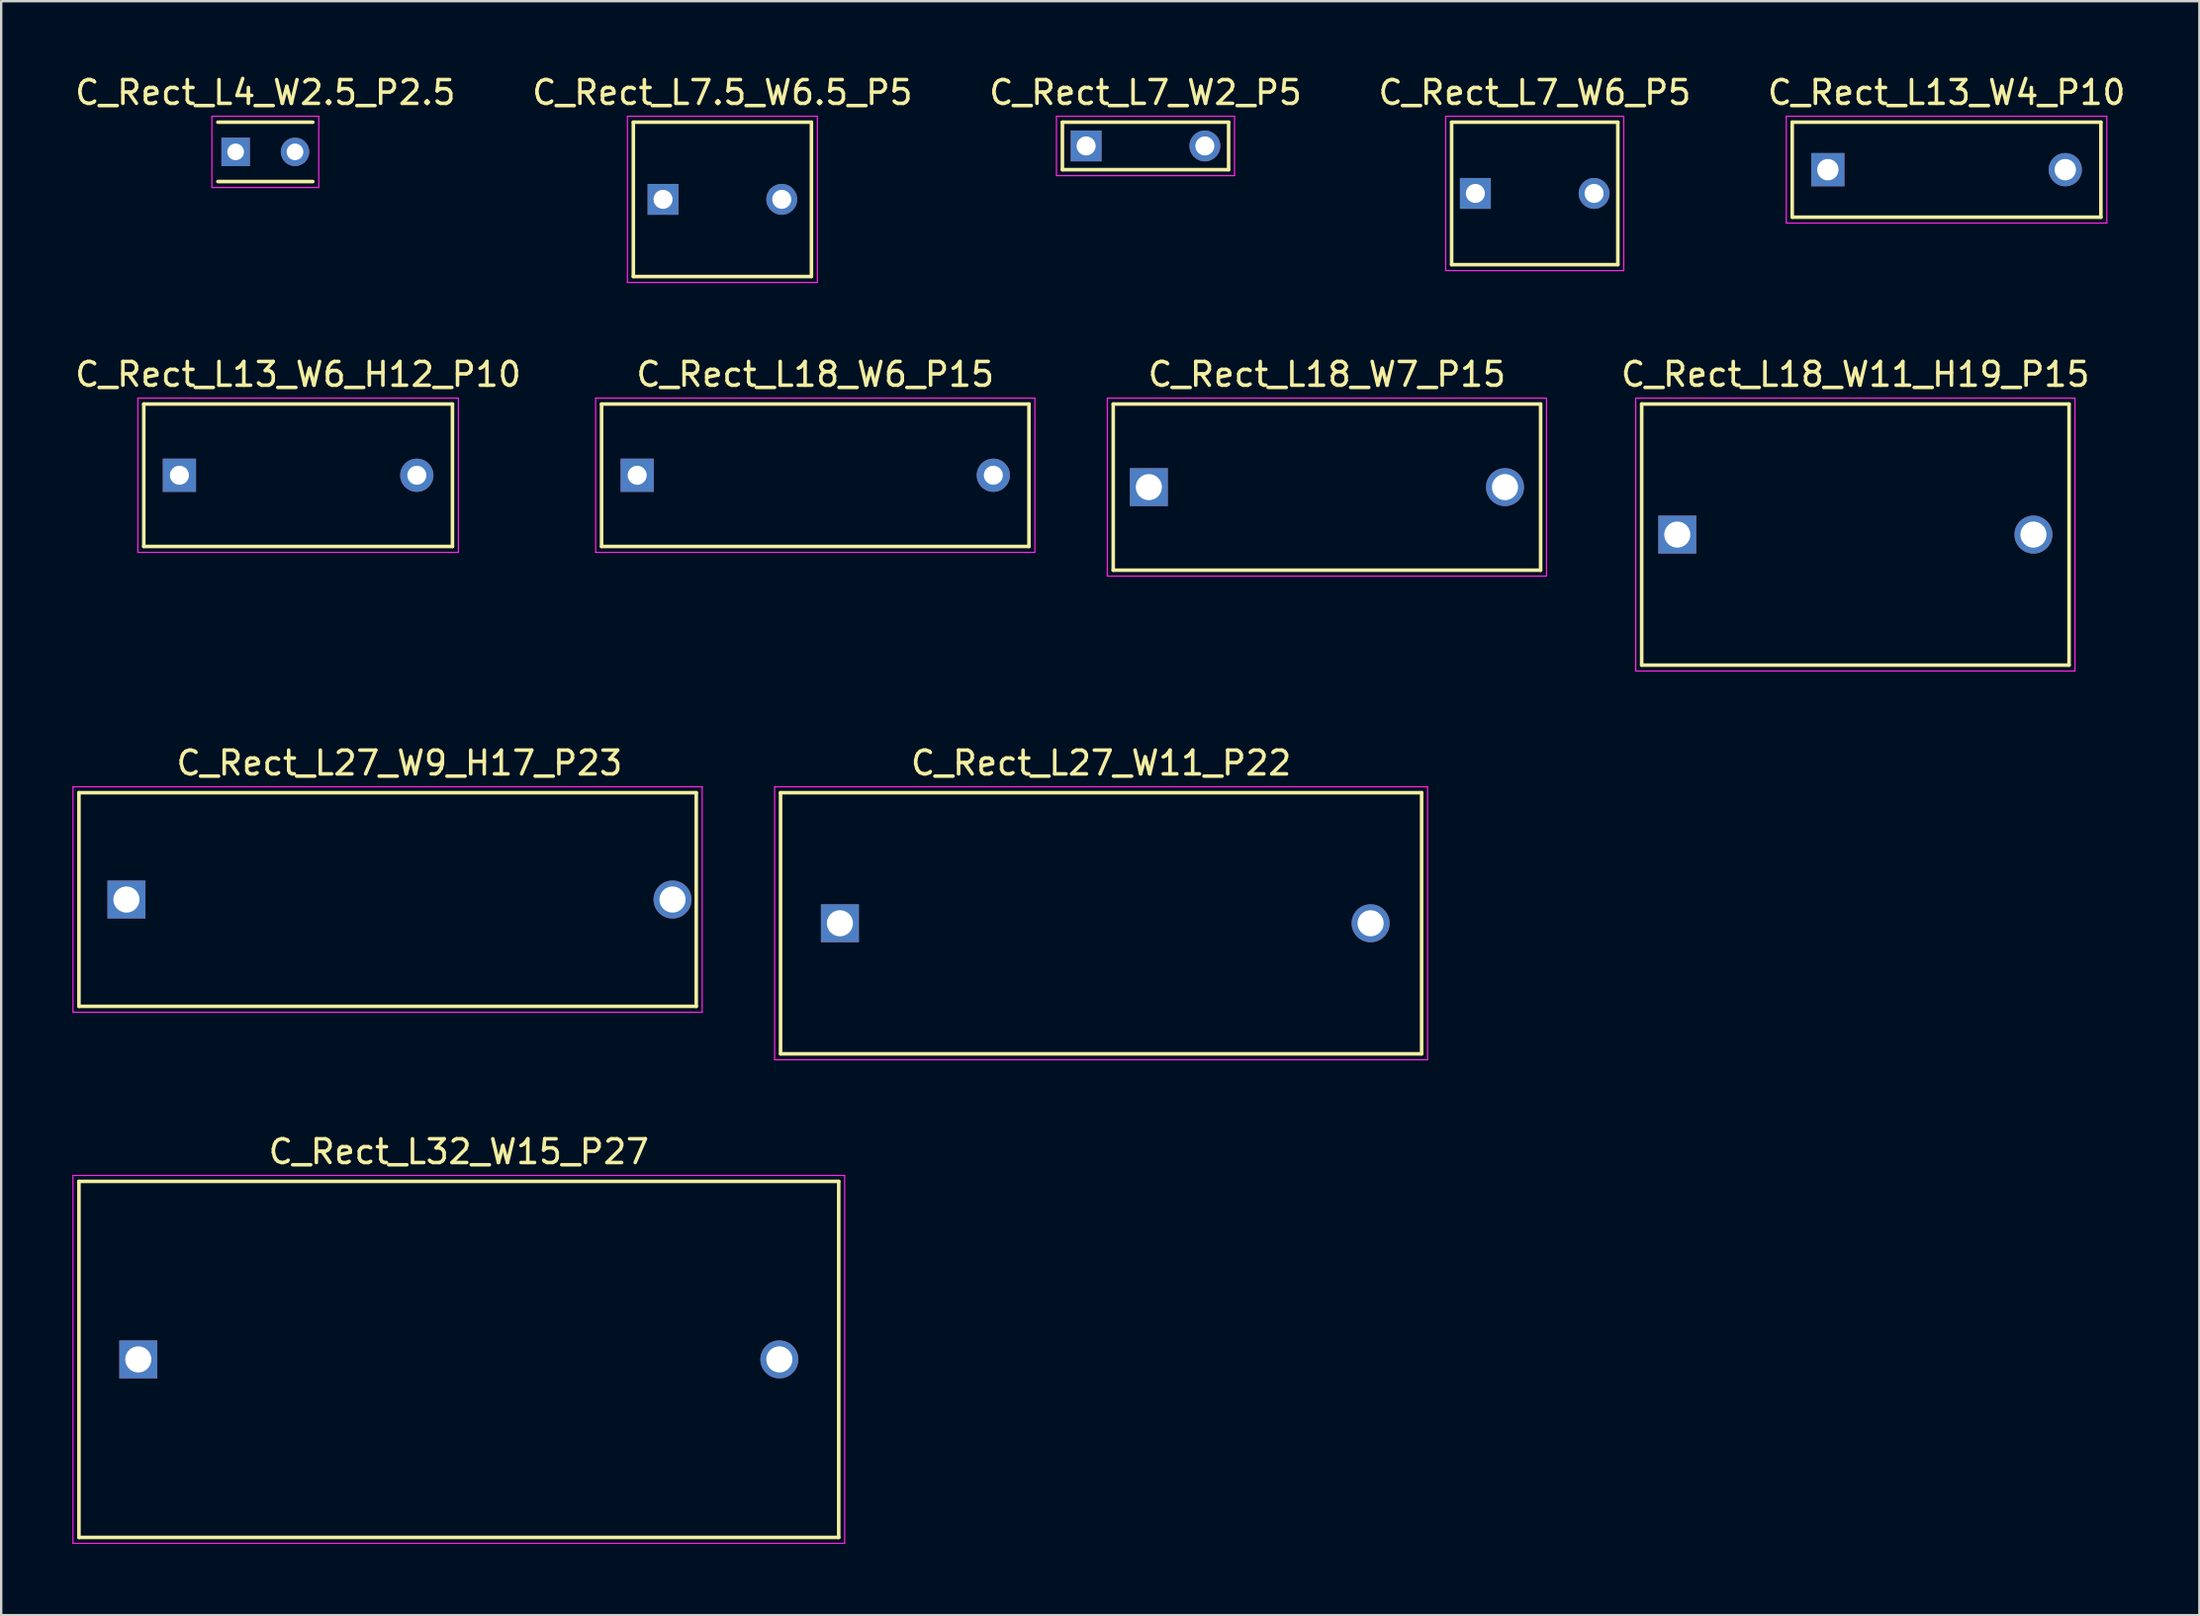
<source format=kicad_pcb>
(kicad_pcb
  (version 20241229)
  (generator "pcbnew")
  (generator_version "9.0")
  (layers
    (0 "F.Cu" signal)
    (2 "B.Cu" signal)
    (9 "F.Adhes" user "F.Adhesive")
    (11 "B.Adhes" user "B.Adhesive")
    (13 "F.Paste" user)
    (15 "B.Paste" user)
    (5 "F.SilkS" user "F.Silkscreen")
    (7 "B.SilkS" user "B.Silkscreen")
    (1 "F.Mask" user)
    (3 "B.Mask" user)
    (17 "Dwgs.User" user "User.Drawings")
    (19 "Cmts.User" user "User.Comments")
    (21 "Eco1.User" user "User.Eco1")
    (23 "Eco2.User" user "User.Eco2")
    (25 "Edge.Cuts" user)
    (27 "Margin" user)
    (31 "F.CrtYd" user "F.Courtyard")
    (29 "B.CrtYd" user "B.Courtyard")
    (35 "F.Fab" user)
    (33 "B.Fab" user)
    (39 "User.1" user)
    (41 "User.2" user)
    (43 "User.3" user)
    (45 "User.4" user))
  (footprint "C_Rect_L18_W11_H19_P15"
    (layer "F.Cu")
    (at 67.594 19.471)
    (property "Reference" "C_Rect_L18_W11_H19_P15" (at 7.5 -6.75 0) (layer "F.SilkS") (effects (font (size 1 1) (thickness 0.15))))
    (attr through_hole)
    (fp_line (start -1.5 -5.5) (end 16.5 -5.5) (stroke (width 0.15) (type solid)) (layer "F.SilkS"))
    (fp_line (start -1.5 5.5) (end -1.5 -5.5) (stroke (width 0.15) (type solid)) (layer "F.SilkS"))
    (fp_line (start 16.5 -5.5) (end 16.5 5.5) (stroke (width 0.15) (type solid)) (layer "F.SilkS"))
    (fp_line (start 16.5 5.5) (end -1.5 5.5) (stroke (width 0.15) (type solid)) (layer "F.SilkS"))
    (fp_line (start -1.75 -5.75) (end 16.75 -5.75) (stroke (width 0.05) (type solid)) (layer "F.CrtYd"))
    (fp_line (start -1.75 5.75) (end -1.75 -5.75) (stroke (width 0.05) (type solid)) (layer "F.CrtYd"))
    (fp_line (start 16.75 -5.75) (end 16.75 5.75) (stroke (width 0.05) (type solid)) (layer "F.CrtYd"))
    (fp_line (start 16.75 5.75) (end -1.75 5.75) (stroke (width 0.05) (type solid)) (layer "F.CrtYd"))
    (pad "1" thru_hole rect (at 0 0) (size 1.6 1.6) (drill 1.1) (layers "*.Cu" "*.Mask"))
    (pad "2" thru_hole circle (at 15 0) (size 1.6 1.6) (drill 1.1) (layers "*.Cu" "*.Mask")))
  (footprint "C_Rect_L18_W7_P15"
    (layer "F.Cu")
    (at 45.337 17.471)
    (property "Reference" "C_Rect_L18_W7_P15" (at 7.5 -4.75 0) (layer "F.SilkS") (effects (font (size 1 1) (thickness 0.15))))
    (attr through_hole)
    (fp_line (start -1.5 -3.5) (end 16.5 -3.5) (stroke (width 0.15) (type solid)) (layer "F.SilkS"))
    (fp_line (start -1.5 3.5) (end -1.5 -3.5) (stroke (width 0.15) (type solid)) (layer "F.SilkS"))
    (fp_line (start 16.5 -3.5) (end 16.5 3.5) (stroke (width 0.15) (type solid)) (layer "F.SilkS"))
    (fp_line (start 16.5 3.5) (end -1.5 3.5) (stroke (width 0.15) (type solid)) (layer "F.SilkS"))
    (fp_line (start -1.75 -3.75) (end 16.75 -3.75) (stroke (width 0.05) (type solid)) (layer "F.CrtYd"))
    (fp_line (start -1.75 3.75) (end -1.75 -3.75) (stroke (width 0.05) (type solid)) (layer "F.CrtYd"))
    (fp_line (start 16.75 -3.75) (end 16.75 3.75) (stroke (width 0.05) (type solid)) (layer "F.CrtYd"))
    (fp_line (start 16.75 3.75) (end -1.75 3.75) (stroke (width 0.05) (type solid)) (layer "F.CrtYd"))
    (pad "1" thru_hole rect (at 0 0) (size 1.6 1.6) (drill 1.1) (layers "*.Cu" "*.Mask"))
    (pad "2" thru_hole circle (at 15 0) (size 1.6 1.6) (drill 1.1) (layers "*.Cu" "*.Mask")))
  (footprint "C_Rect_L27_W9_H17_P23"
    (layer "F.Cu")
    (at 2.275 34.845)
    (property "Reference" "C_Rect_L27_W9_H17_P23" (at 11.5 -5.75 0) (layer "F.SilkS") (effects (font (size 1 1) (thickness 0.15))))
    (attr through_hole)
    (fp_line (start -2 -4.5) (end 24 -4.5) (stroke (width 0.15) (type solid)) (layer "F.SilkS"))
    (fp_line (start -2 4.5) (end -2 -4.5) (stroke (width 0.15) (type solid)) (layer "F.SilkS"))
    (fp_line (start 24 -4.5) (end 24 4.5) (stroke (width 0.15) (type solid)) (layer "F.SilkS"))
    (fp_line (start 24 4.5) (end -2 4.5) (stroke (width 0.15) (type solid)) (layer "F.SilkS"))
    (fp_line (start -2.25 -4.75) (end 24.25 -4.75) (stroke (width 0.05) (type solid)) (layer "F.CrtYd"))
    (fp_line (start -2.25 4.75) (end -2.25 -4.75) (stroke (width 0.05) (type solid)) (layer "F.CrtYd"))
    (fp_line (start 24.25 -4.75) (end 24.25 4.75) (stroke (width 0.05) (type solid)) (layer "F.CrtYd"))
    (fp_line (start 24.25 4.75) (end -2.25 4.75) (stroke (width 0.05) (type solid)) (layer "F.CrtYd"))
    (pad "1" thru_hole rect (at 0 0) (size 1.6 1.6) (drill 1.1) (layers "*.Cu" "*.Mask"))
    (pad "2" thru_hole circle (at 23 0) (size 1.6 1.6) (drill 1.1) (layers "*.Cu" "*.Mask")))
  (footprint "C_Rect_L13_W6_H12_P10"
    (layer "F.Cu")
    (at 4.506 16.971)
    (property "Reference" "C_Rect_L13_W6_H12_P10" (at 5 -4.25 0) (layer "F.SilkS") (effects (font (size 1 1) (thickness 0.15))))
    (attr through_hole)
    (fp_line (start -1.5 -3) (end 11.5 -3) (stroke (width 0.15) (type solid)) (layer "F.SilkS"))
    (fp_line (start -1.5 3) (end -1.5 -3) (stroke (width 0.15) (type solid)) (layer "F.SilkS"))
    (fp_line (start 11.5 -3) (end 11.5 3) (stroke (width 0.15) (type solid)) (layer "F.SilkS"))
    (fp_line (start 11.5 3) (end -1.5 3) (stroke (width 0.15) (type solid)) (layer "F.SilkS"))
    (fp_line (start -1.75 -3.25) (end 11.75 -3.25) (stroke (width 0.05) (type solid)) (layer "F.CrtYd"))
    (fp_line (start -1.75 3.25) (end -1.75 -3.25) (stroke (width 0.05) (type solid)) (layer "F.CrtYd"))
    (fp_line (start 11.75 -3.25) (end 11.75 3.25) (stroke (width 0.05) (type solid)) (layer "F.CrtYd"))
    (fp_line (start 11.75 3.25) (end -1.75 3.25) (stroke (width 0.05) (type solid)) (layer "F.CrtYd"))
    (pad "1" thru_hole rect (at 0 0) (size 1.4 1.4) (drill 0.8) (layers "*.Cu" "*.Mask"))
    (pad "2" thru_hole circle (at 10 0) (size 1.4 1.4) (drill 0.8) (layers "*.Cu" "*.Mask")))
  (footprint "C_Rect_L7.5_W6.5_P5"
    (layer "F.Cu")
    (at 24.875 5.348)
    (property "Reference" "C_Rect_L7.5_W6.5_P5" (at 2.5 -4.5 0) (layer "F.SilkS") (effects (font (size 1 1) (thickness 0.15))))
    (attr through_hole)
    (fp_line (start -1.25 -3.25) (end 6.25 -3.25) (stroke (width 0.15) (type solid)) (layer "F.SilkS"))
    (fp_line (start -1.25 3.25) (end -1.25 -3.25) (stroke (width 0.15) (type solid)) (layer "F.SilkS"))
    (fp_line (start 6.25 -3.25) (end 6.25 3.25) (stroke (width 0.15) (type solid)) (layer "F.SilkS"))
    (fp_line (start 6.25 3.25) (end -1.25 3.25) (stroke (width 0.15) (type solid)) (layer "F.SilkS"))
    (fp_line (start -1.5 -3.5) (end 6.5 -3.5) (stroke (width 0.05) (type solid)) (layer "F.CrtYd"))
    (fp_line (start -1.5 3.5) (end -1.5 -3.5) (stroke (width 0.05) (type solid)) (layer "F.CrtYd"))
    (fp_line (start 6.5 -3.5) (end 6.5 3.5) (stroke (width 0.05) (type solid)) (layer "F.CrtYd"))
    (fp_line (start 6.5 3.5) (end -1.5 3.5) (stroke (width 0.05) (type solid)) (layer "F.CrtYd"))
    (pad "1" thru_hole rect (at 0 0) (size 1.3 1.3) (drill 0.8) (layers "*.Cu" "*.Mask"))
    (pad "2" thru_hole circle (at 5 0) (size 1.3 1.3) (drill 0.8) (layers "*.Cu" "*.Mask")))
  (footprint "C_Rect_L32_W15_P27"
    (layer "F.Cu")
    (at 2.775 54.218)
    (property "Reference" "C_Rect_L32_W15_P27" (at 13.5 -8.75 0) (layer "F.SilkS") (effects (font (size 1 1) (thickness 0.15))))
    (attr through_hole)
    (fp_line (start -2.5 -7.5) (end 29.5 -7.5) (stroke (width 0.15) (type solid)) (layer "F.SilkS"))
    (fp_line (start -2.5 7.5) (end -2.5 -7.5) (stroke (width 0.15) (type solid)) (layer "F.SilkS"))
    (fp_line (start 29.5 -7.5) (end 29.5 7.5) (stroke (width 0.15) (type solid)) (layer "F.SilkS"))
    (fp_line (start 29.5 7.5) (end -2.5 7.5) (stroke (width 0.15) (type solid)) (layer "F.SilkS"))
    (fp_line (start -2.75 -7.75) (end 29.75 -7.75) (stroke (width 0.05) (type solid)) (layer "F.CrtYd"))
    (fp_line (start -2.75 7.75) (end -2.75 -7.75) (stroke (width 0.05) (type solid)) (layer "F.CrtYd"))
    (fp_line (start 29.75 -7.75) (end 29.75 7.75) (stroke (width 0.05) (type solid)) (layer "F.CrtYd"))
    (fp_line (start 29.75 7.75) (end -2.75 7.75) (stroke (width 0.05) (type solid)) (layer "F.CrtYd"))
    (pad "1" thru_hole rect (at 0 0) (size 1.6 1.6) (drill 1.1) (layers "*.Cu" "*.Mask"))
    (pad "2" thru_hole circle (at 27 0) (size 1.6 1.6) (drill 1.1) (layers "*.Cu" "*.Mask")))
  (footprint "C_Rect_L7_W2_P5"
    (layer "F.Cu")
    (at 42.696 3.098)
    (property "Reference" "C_Rect_L7_W2_P5" (at 2.5 -2.25 0) (layer "F.SilkS") (effects (font (size 1 1) (thickness 0.15))))
    (attr through_hole)
    (fp_line (start -1 -1) (end 6 -1) (stroke (width 0.15) (type solid)) (layer "F.SilkS"))
    (fp_line (start -1 1) (end -1 -1) (stroke (width 0.15) (type solid)) (layer "F.SilkS"))
    (fp_line (start 6 -1) (end 6 1) (stroke (width 0.15) (type solid)) (layer "F.SilkS"))
    (fp_line (start 6 1) (end -1 1) (stroke (width 0.15) (type solid)) (layer "F.SilkS"))
    (fp_line (start -1.25 -1.25) (end 6.25 -1.25) (stroke (width 0.05) (type solid)) (layer "F.CrtYd"))
    (fp_line (start -1.25 1.25) (end -1.25 -1.25) (stroke (width 0.05) (type solid)) (layer "F.CrtYd"))
    (fp_line (start 6.25 -1.25) (end 6.25 1.25) (stroke (width 0.05) (type solid)) (layer "F.CrtYd"))
    (fp_line (start 6.25 1.25) (end -1.25 1.25) (stroke (width 0.05) (type solid)) (layer "F.CrtYd"))
    (pad "1" thru_hole rect (at 0 0) (size 1.3 1.3) (drill 0.8) (layers "*.Cu" "*.Mask"))
    (pad "2" thru_hole circle (at 5 0) (size 1.3 1.3) (drill 0.8) (layers "*.Cu" "*.Mask")))
  (footprint "C_Rect_L18_W6_P15"
    (layer "F.Cu")
    (at 23.787 16.971)
    (property "Reference" "C_Rect_L18_W6_P15" (at 7.5 -4.25 0) (layer "F.SilkS") (effects (font (size 1 1) (thickness 0.15))))
    (attr through_hole)
    (fp_line (start -1.5 -3) (end 16.5 -3) (stroke (width 0.15) (type solid)) (layer "F.SilkS"))
    (fp_line (start -1.5 3) (end -1.5 -3) (stroke (width 0.15) (type solid)) (layer "F.SilkS"))
    (fp_line (start 16.5 -3) (end 16.5 3) (stroke (width 0.15) (type solid)) (layer "F.SilkS"))
    (fp_line (start 16.5 3) (end -1.5 3) (stroke (width 0.15) (type solid)) (layer "F.SilkS"))
    (fp_line (start -1.75 -3.25) (end 16.75 -3.25) (stroke (width 0.05) (type solid)) (layer "F.CrtYd"))
    (fp_line (start -1.75 3.25) (end -1.75 -3.25) (stroke (width 0.05) (type solid)) (layer "F.CrtYd"))
    (fp_line (start 16.75 -3.25) (end 16.75 3.25) (stroke (width 0.05) (type solid)) (layer "F.CrtYd"))
    (fp_line (start 16.75 3.25) (end -1.75 3.25) (stroke (width 0.05) (type solid)) (layer "F.CrtYd"))
    (pad "1" thru_hole rect (at 0 0) (size 1.4 1.4) (drill 0.8) (layers "*.Cu" "*.Mask"))
    (pad "2" thru_hole circle (at 15 0) (size 1.4 1.4) (drill 0.8) (layers "*.Cu" "*.Mask")))
  (footprint "C_Rect_L13_W4_P10"
    (layer "F.Cu")
    (at 73.935 4.098)
    (property "Reference" "C_Rect_L13_W4_P10" (at 5 -3.25 0) (layer "F.SilkS") (effects (font (size 1 1) (thickness 0.15))))
    (attr through_hole)
    (fp_line (start -1.5 -2) (end 11.5 -2) (stroke (width 0.15) (type solid)) (layer "F.SilkS"))
    (fp_line (start -1.5 2) (end -1.5 -2) (stroke (width 0.15) (type solid)) (layer "F.SilkS"))
    (fp_line (start 11.5 -2) (end 11.5 2) (stroke (width 0.15) (type solid)) (layer "F.SilkS"))
    (fp_line (start 11.5 2) (end -1.5 2) (stroke (width 0.15) (type solid)) (layer "F.SilkS"))
    (fp_line (start -1.75 -2.25) (end 11.75 -2.25) (stroke (width 0.05) (type solid)) (layer "F.CrtYd"))
    (fp_line (start -1.75 2.25) (end -1.75 -2.25) (stroke (width 0.05) (type solid)) (layer "F.CrtYd"))
    (fp_line (start 11.75 -2.25) (end 11.75 2.25) (stroke (width 0.05) (type solid)) (layer "F.CrtYd"))
    (fp_line (start 11.75 2.25) (end -1.75 2.25) (stroke (width 0.05) (type solid)) (layer "F.CrtYd"))
    (pad "1" thru_hole rect (at 0 0) (size 1.4 1.4) (drill 0.9) (layers "*.Cu" "*.Mask"))
    (pad "2" thru_hole circle (at 10 0) (size 1.4 1.4) (drill 0.9) (layers "*.Cu" "*.Mask")))
  (footprint "C_Rect_L7_W6_P5"
    (layer "F.Cu")
    (at 59.089 5.098)
    (property "Reference" "C_Rect_L7_W6_P5" (at 2.5 -4.25 0) (layer "F.SilkS") (effects (font (size 1 1) (thickness 0.15))))
    (attr through_hole)
    (fp_line (start -1 -3) (end 6 -3) (stroke (width 0.15) (type solid)) (layer "F.SilkS"))
    (fp_line (start -1 3) (end -1 -3) (stroke (width 0.15) (type solid)) (layer "F.SilkS"))
    (fp_line (start 6 -3) (end 6 3) (stroke (width 0.15) (type solid)) (layer "F.SilkS"))
    (fp_line (start 6 3) (end -1 3) (stroke (width 0.15) (type solid)) (layer "F.SilkS"))
    (fp_line (start -1.25 -3.25) (end 6.25 -3.25) (stroke (width 0.05) (type solid)) (layer "F.CrtYd"))
    (fp_line (start -1.25 3.25) (end -1.25 -3.25) (stroke (width 0.05) (type solid)) (layer "F.CrtYd"))
    (fp_line (start 6.25 -3.25) (end 6.25 3.25) (stroke (width 0.05) (type solid)) (layer "F.CrtYd"))
    (fp_line (start 6.25 3.25) (end -1.25 3.25) (stroke (width 0.05) (type solid)) (layer "F.CrtYd"))
    (pad "1" thru_hole rect (at 0 0) (size 1.3 1.3) (drill 0.8) (layers "*.Cu" "*.Mask"))
    (pad "2" thru_hole circle (at 5 0) (size 1.3 1.3) (drill 0.8) (layers "*.Cu" "*.Mask")))
  (footprint "C_Rect_L4_W2.5_P2.5"
    (layer "F.Cu")
    (at 6.875 3.348)
    (property "Reference" "C_Rect_L4_W2.5_P2.5" (at 1.25 -2.5 0) (layer "F.SilkS") (effects (font (size 1 1) (thickness 0.15))))
    (attr through_hole)
    (fp_line (start -0.75 -1.25) (end 3.25 -1.25) (stroke (width 0.15) (type solid)) (layer "F.SilkS"))
    (fp_line (start -0.75 1.25) (end 3.25 1.25) (stroke (width 0.15) (type solid)) (layer "F.SilkS"))
    (fp_line (start -1 -1.5) (end 3.5 -1.5) (stroke (width 0.05) (type solid)) (layer "F.CrtYd"))
    (fp_line (start -1 1.5) (end -1 -1.5) (stroke (width 0.05) (type solid)) (layer "F.CrtYd"))
    (fp_line (start 3.5 -1.5) (end 3.5 1.5) (stroke (width 0.05) (type solid)) (layer "F.CrtYd"))
    (fp_line (start 3.5 1.5) (end -1 1.5) (stroke (width 0.05) (type solid)) (layer "F.CrtYd"))
    (pad "1" thru_hole rect (at 0 0) (size 1.2 1.2) (drill 0.7) (layers "*.Cu" "*.Mask"))
    (pad "2" thru_hole circle (at 2.5 0) (size 1.2 1.2) (drill 0.7) (layers "*.Cu" "*.Mask")))
  (footprint "C_Rect_L27_W11_P22"
    (layer "F.Cu")
    (at 32.325 35.845)
    (property "Reference" "C_Rect_L27_W11_P22" (at 11 -6.75 0) (layer "F.SilkS") (effects (font (size 1 1) (thickness 0.15))))
    (attr through_hole)
    (fp_line (start -2.5 -5.5) (end 24.5 -5.5) (stroke (width 0.15) (type solid)) (layer "F.SilkS"))
    (fp_line (start -2.5 5.5) (end -2.5 -5.5) (stroke (width 0.15) (type solid)) (layer "F.SilkS"))
    (fp_line (start 24.5 -5.5) (end 24.5 5.5) (stroke (width 0.15) (type solid)) (layer "F.SilkS"))
    (fp_line (start 24.5 5.5) (end -2.5 5.5) (stroke (width 0.15) (type solid)) (layer "F.SilkS"))
    (fp_line (start -2.75 -5.75) (end 24.75 -5.75) (stroke (width 0.05) (type solid)) (layer "F.CrtYd"))
    (fp_line (start -2.75 5.75) (end -2.75 -5.75) (stroke (width 0.05) (type solid)) (layer "F.CrtYd"))
    (fp_line (start 24.75 -5.75) (end 24.75 5.75) (stroke (width 0.05) (type solid)) (layer "F.CrtYd"))
    (fp_line (start 24.75 5.75) (end -2.75 5.75) (stroke (width 0.05) (type solid)) (layer "F.CrtYd"))
    (pad "1" thru_hole rect (at 0 0) (size 1.6 1.6) (drill 1.1) (layers "*.Cu" "*.Mask"))
    (pad "2" thru_hole circle (at 22.352 0) (size 1.6 1.6) (drill 1.1) (layers "*.Cu" "*.Mask")))
  (gr_rect
    (start -3 -3)
    (end 89.583 64.993)
    (stroke (width 0.1) (type default))
    (fill no)
    (layer "Edge.Cuts")))
</source>
